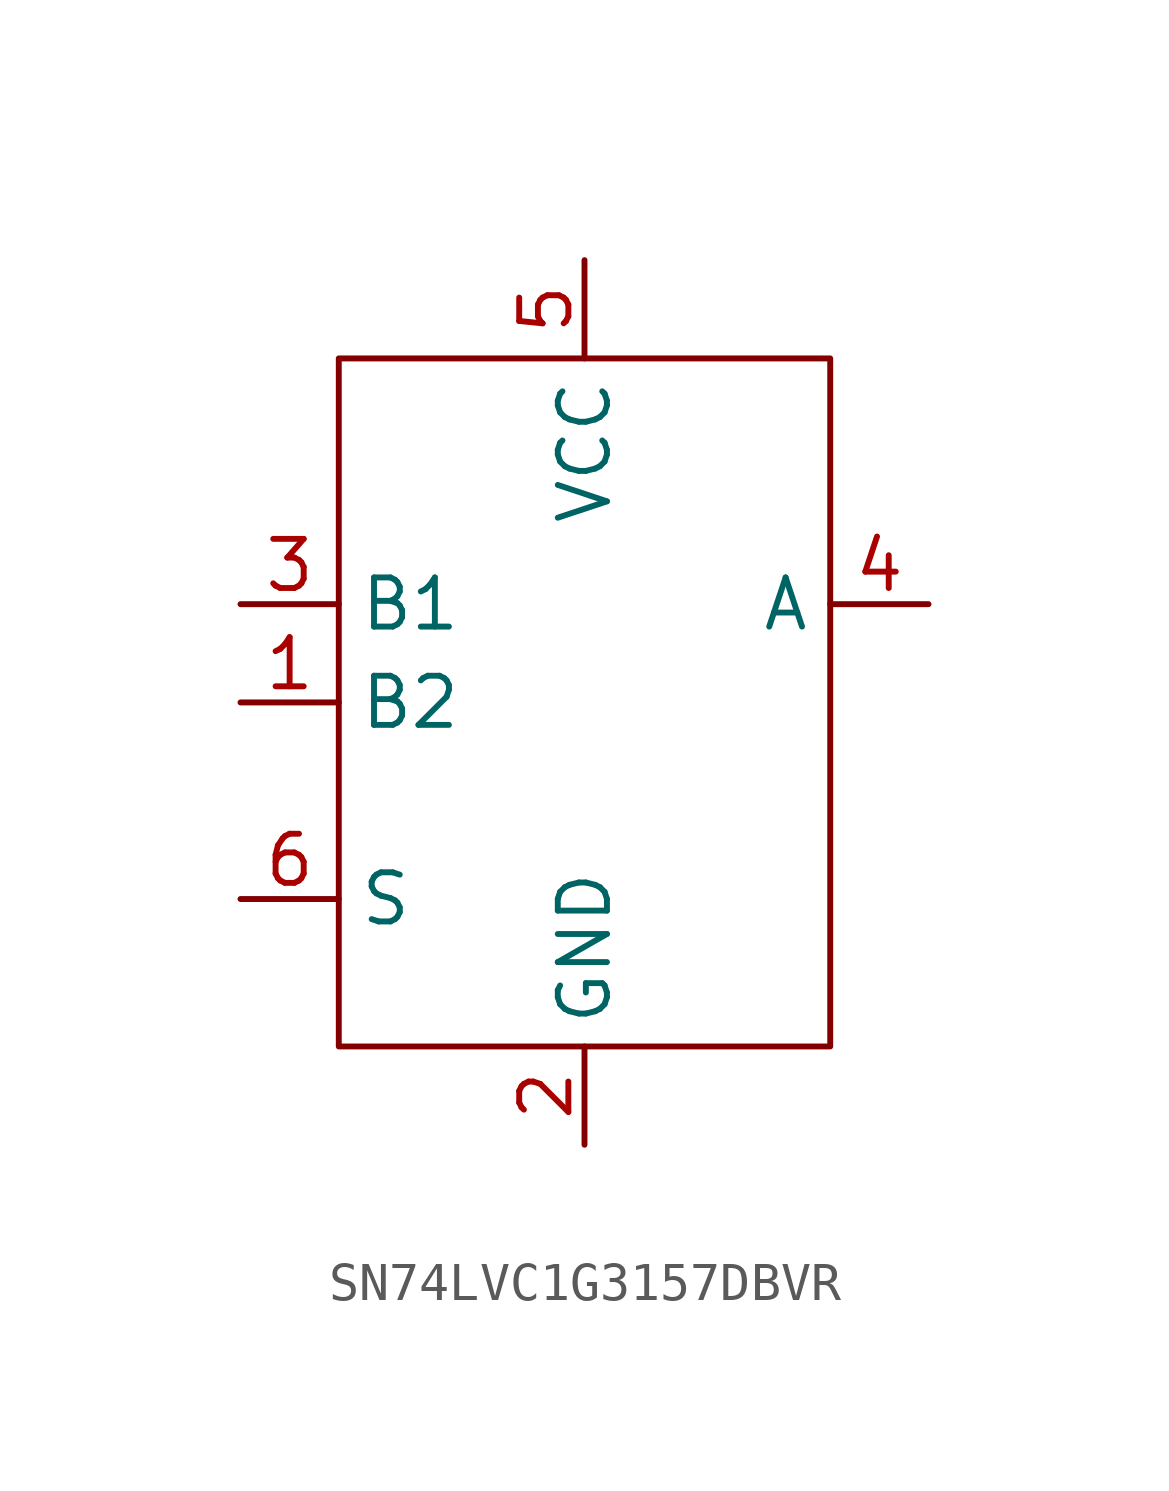
<source format=kicad_sym>
(kicad_symbol_lib
  (version 20241209)
  (generator "kicad_symbol_editor")
  (generator_version "9.0")
  (symbol "SN74LVC1G3157DBVR"
    (property "Reference" "U"
      (at 8.128 9.398 0)
      (effects (font (size 1.27 1.27)) (hide yes)))
    (symbol "SN74LVC1G3157DBVR_0_1"
      (rectangle (start -6.35 8.89) (end 6.35 -8.89) (stroke (width 0) (type default)) (fill (type none))))
    (symbol "SN74LVC1G3157DBVR_1_1"
      (pin input line (at -8.89 2.54 0) (length 2.54) (name "B1" (effects (font (size 1.27 1.27)))) (number "3" (effects (font (size 1.27 1.27)))))
      (pin input line (at -8.89 0 0) (length 2.54) (name "B2" (effects (font (size 1.27 1.27)))) (number "1" (effects (font (size 1.27 1.27)))))
      (pin input line (at -8.89 -5.08 0) (length 2.54) (name "S" (effects (font (size 1.27 1.27)))) (number "6" (effects (font (size 1.27 1.27)))))
      (pin power_in line (at 0 11.43 270) (length 2.54) (name "VCC" (effects (font (size 1.27 1.27)))) (number "5" (effects (font (size 1.27 1.27)))))
      (pin power_in line (at 0 -11.43 90) (length 2.54) (name "GND" (effects (font (size 1.27 1.27)))) (number "2" (effects (font (size 1.27 1.27)))))
      (pin output line (at 8.89 2.54 180) (length 2.54) (name "A" (effects (font (size 1.27 1.27)))) (number "4" (effects (font (size 1.27 1.27))))))))
</source>
